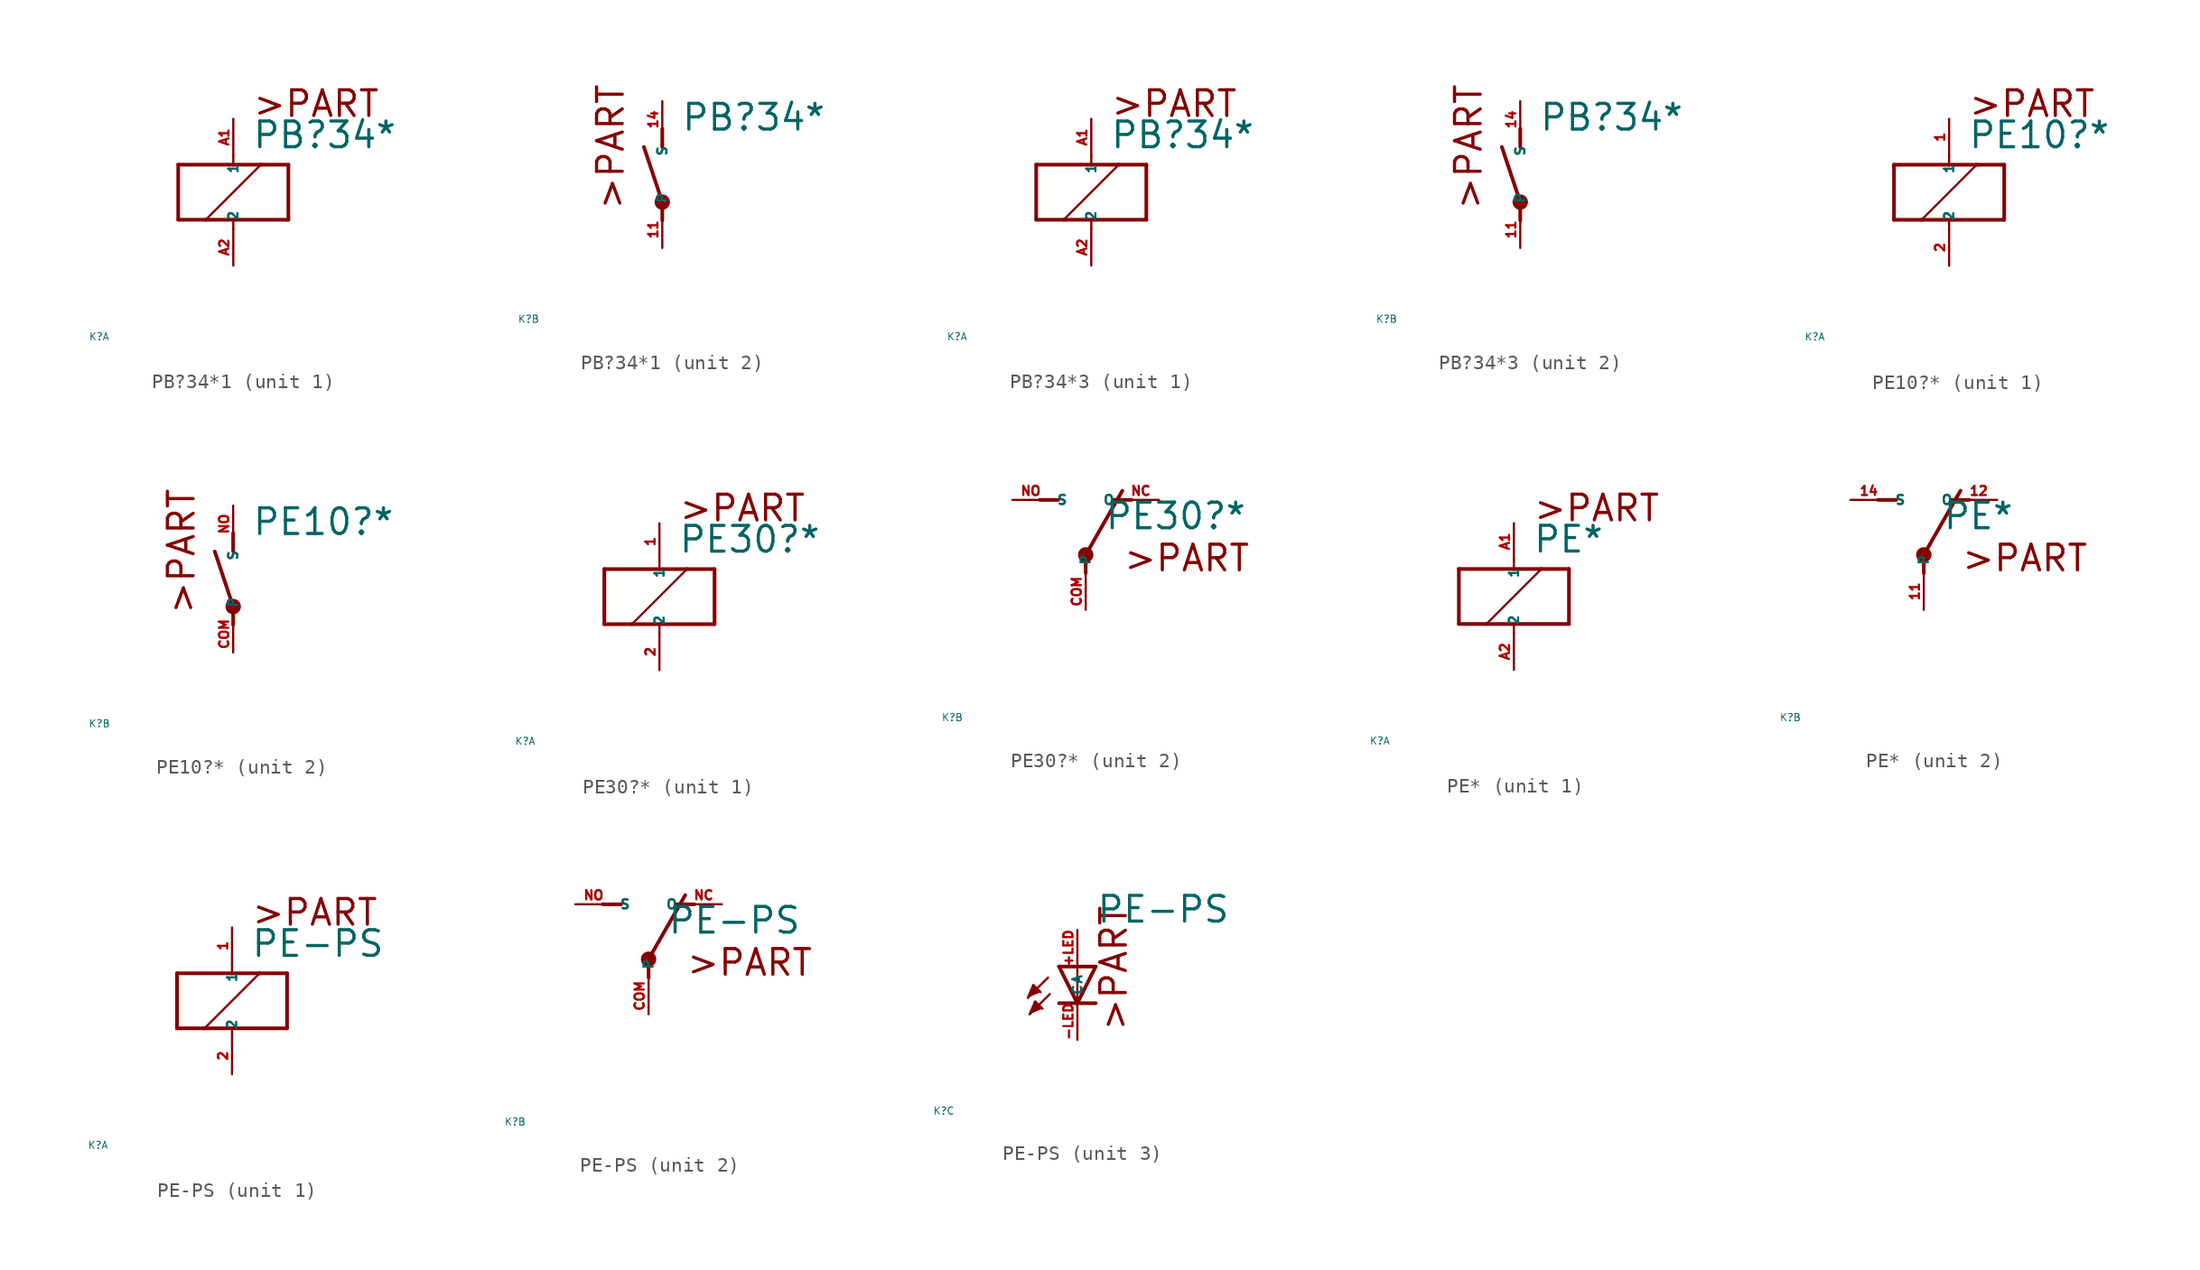
<source format=kicad_sym>
(kicad_symbol_lib
  (version 20220914)
  (generator Eagle2Kicad)
  (symbol "PB?34*1"
    (property "Reference" "K"
      (at -10 -10 0)
      (effects (font (size 0.5 0.5) (thickness 0.06)) (justify left)))
    (property "Value" "PB?34*"
      (at 1.27 2.921 0)
      (effects (font (size 1.778 1.778) (thickness 0.22)) (justify left bottom)))
    (symbol "PB?34*1_1_0"
      (polyline (pts (xy -3.81 -1.905) (xy -1.905 -1.905)) (stroke (width 0.254) (type default)) (fill (type none)))
      (polyline (pts (xy 3.81 -1.905) (xy 3.81 1.905)) (stroke (width 0.254) (type default)) (fill (type none)))
      (polyline (pts (xy 3.81 1.905) (xy 1.905 1.905)) (stroke (width 0.254) (type default)) (fill (type none)))
      (polyline (pts (xy -3.81 1.905) (xy -3.81 -1.905)) (stroke (width 0.254) (type default)) (fill (type none)))
      (polyline (pts (xy 0 -2.54) (xy 0 -1.905)) (stroke (width 0.152) (type default)) (fill (type none)))
      (polyline (pts (xy 0 -1.905) (xy 3.81 -1.905)) (stroke (width 0.254) (type default)) (fill (type none)))
      (polyline (pts (xy 0 2.54) (xy 0 1.905)) (stroke (width 0.152) (type default)) (fill (type none)))
      (polyline (pts (xy 0 1.905) (xy -3.81 1.905)) (stroke (width 0.254) (type default)) (fill (type none)))
      (polyline (pts (xy -1.905 -1.905) (xy 1.905 1.905)) (stroke (width 0.152) (type default)) (fill (type none)))
      (polyline (pts (xy -1.905 -1.905) (xy 0 -1.905)) (stroke (width 0.254) (type default)) (fill (type none)))
      (polyline (pts (xy 1.905 1.905) (xy 0 1.905)) (stroke (width 0.254) (type default)) (fill (type none)))
      (text ">PART" (at 1.27 5.08 0) (effects (font (size 1.778 1.778) (thickness 0.22)) (justify left bottom)))
      (pin passive line (at 0 -5.08 90) (length 2.54) (name "2" (effects (font (size 0.635 0.635) (thickness 0.08)) (justify left bottom))) (number "A2" (effects (font (size 0.635 0.635) (thickness 0.08)) (justify left bottom))))
      (pin passive line (at 0 5.08 270) (length 2.54) (name "1" (effects (font (size 0.635 0.635) (thickness 0.08)) (justify left bottom))) (number "A1" (effects (font (size 0.635 0.635) (thickness 0.08)) (justify left bottom)))))
    (symbol "PB?34*1_2_0"
      (polyline (pts (xy 0 3.175) (xy 0 1.905)) (stroke (width 0.254) (type default)) (fill (type none)))
      (polyline (pts (xy 0 -3.175) (xy 0 -1.905)) (stroke (width 0.254) (type default)) (fill (type none)))
      (polyline (pts (xy 0 -1.905) (xy -1.27 1.905)) (stroke (width 0.254) (type default)) (fill (type none)))
      (text ">PART" (at -2.54 -2.54 900) (effects (font (size 1.778 1.778) (thickness 0.22)) (justify left bottom)))
      (circle (center 0 -1.905) (radius 0.127) (stroke (width 0.406) (type default)) (fill (type none)))
      (pin passive line (at 0 -5.08 90) (length 2.54) (name "P" (effects (font (size 0.635 0.635) (thickness 0.08)) (justify left bottom))) (number "11" (effects (font (size 0.635 0.635) (thickness 0.08)) (justify left bottom))))
      (pin passive line (at 0 5.08 270) (length 2.54) (name "S" (effects (font (size 0.635 0.635) (thickness 0.08)) (justify left bottom))) (number "14" (effects (font (size 0.635 0.635) (thickness 0.08)) (justify left bottom))))))
  (symbol "PB?34*3"
    (property "Reference" "K"
      (at -10 -10 0)
      (effects (font (size 0.5 0.5) (thickness 0.06)) (justify left)))
    (property "Value" "PB?34*"
      (at 1.27 2.921 0)
      (effects (font (size 1.778 1.778) (thickness 0.22)) (justify left bottom)))
    (symbol "PB?34*3_1_0"
      (polyline (pts (xy -3.81 -1.905) (xy -1.905 -1.905)) (stroke (width 0.254) (type default)) (fill (type none)))
      (polyline (pts (xy 3.81 -1.905) (xy 3.81 1.905)) (stroke (width 0.254) (type default)) (fill (type none)))
      (polyline (pts (xy 3.81 1.905) (xy 1.905 1.905)) (stroke (width 0.254) (type default)) (fill (type none)))
      (polyline (pts (xy -3.81 1.905) (xy -3.81 -1.905)) (stroke (width 0.254) (type default)) (fill (type none)))
      (polyline (pts (xy 0 -2.54) (xy 0 -1.905)) (stroke (width 0.152) (type default)) (fill (type none)))
      (polyline (pts (xy 0 -1.905) (xy 3.81 -1.905)) (stroke (width 0.254) (type default)) (fill (type none)))
      (polyline (pts (xy 0 2.54) (xy 0 1.905)) (stroke (width 0.152) (type default)) (fill (type none)))
      (polyline (pts (xy 0 1.905) (xy -3.81 1.905)) (stroke (width 0.254) (type default)) (fill (type none)))
      (polyline (pts (xy -1.905 -1.905) (xy 1.905 1.905)) (stroke (width 0.152) (type default)) (fill (type none)))
      (polyline (pts (xy -1.905 -1.905) (xy 0 -1.905)) (stroke (width 0.254) (type default)) (fill (type none)))
      (polyline (pts (xy 1.905 1.905) (xy 0 1.905)) (stroke (width 0.254) (type default)) (fill (type none)))
      (text ">PART" (at 1.27 5.08 0) (effects (font (size 1.778 1.778) (thickness 0.22)) (justify left bottom)))
      (pin passive line (at 0 -5.08 90) (length 2.54) (name "2" (effects (font (size 0.635 0.635) (thickness 0.08)) (justify left bottom))) (number "A2" (effects (font (size 0.635 0.635) (thickness 0.08)) (justify left bottom))))
      (pin passive line (at 0 5.08 270) (length 2.54) (name "1" (effects (font (size 0.635 0.635) (thickness 0.08)) (justify left bottom))) (number "A1" (effects (font (size 0.635 0.635) (thickness 0.08)) (justify left bottom)))))
    (symbol "PB?34*3_2_0"
      (polyline (pts (xy 0 3.175) (xy 0 1.905)) (stroke (width 0.254) (type default)) (fill (type none)))
      (polyline (pts (xy 0 -3.175) (xy 0 -1.905)) (stroke (width 0.254) (type default)) (fill (type none)))
      (polyline (pts (xy 0 -1.905) (xy -1.27 1.905)) (stroke (width 0.254) (type default)) (fill (type none)))
      (text ">PART" (at -2.54 -2.54 900) (effects (font (size 1.778 1.778) (thickness 0.22)) (justify left bottom)))
      (circle (center 0 -1.905) (radius 0.127) (stroke (width 0.406) (type default)) (fill (type none)))
      (pin passive line (at 0 -5.08 90) (length 2.54) (name "P" (effects (font (size 0.635 0.635) (thickness 0.08)) (justify left bottom))) (number "11" (effects (font (size 0.635 0.635) (thickness 0.08)) (justify left bottom))))
      (pin passive line (at 0 5.08 270) (length 2.54) (name "S" (effects (font (size 0.635 0.635) (thickness 0.08)) (justify left bottom))) (number "14" (effects (font (size 0.635 0.635) (thickness 0.08)) (justify left bottom))))))
  (symbol "PE10?*"
    (property "Reference" "K"
      (at -10 -10 0)
      (effects (font (size 0.5 0.5) (thickness 0.06)) (justify left)))
    (property "Value" "PE10?*"
      (at 1.27 2.921 0)
      (effects (font (size 1.778 1.778) (thickness 0.22)) (justify left bottom)))
    (symbol "PE10?*_1_0"
      (polyline (pts (xy -3.81 -1.905) (xy -1.905 -1.905)) (stroke (width 0.254) (type default)) (fill (type none)))
      (polyline (pts (xy 3.81 -1.905) (xy 3.81 1.905)) (stroke (width 0.254) (type default)) (fill (type none)))
      (polyline (pts (xy 3.81 1.905) (xy 1.905 1.905)) (stroke (width 0.254) (type default)) (fill (type none)))
      (polyline (pts (xy -3.81 1.905) (xy -3.81 -1.905)) (stroke (width 0.254) (type default)) (fill (type none)))
      (polyline (pts (xy 0 -2.54) (xy 0 -1.905)) (stroke (width 0.152) (type default)) (fill (type none)))
      (polyline (pts (xy 0 -1.905) (xy 3.81 -1.905)) (stroke (width 0.254) (type default)) (fill (type none)))
      (polyline (pts (xy 0 2.54) (xy 0 1.905)) (stroke (width 0.152) (type default)) (fill (type none)))
      (polyline (pts (xy 0 1.905) (xy -3.81 1.905)) (stroke (width 0.254) (type default)) (fill (type none)))
      (polyline (pts (xy -1.905 -1.905) (xy 1.905 1.905)) (stroke (width 0.152) (type default)) (fill (type none)))
      (polyline (pts (xy -1.905 -1.905) (xy 0 -1.905)) (stroke (width 0.254) (type default)) (fill (type none)))
      (polyline (pts (xy 1.905 1.905) (xy 0 1.905)) (stroke (width 0.254) (type default)) (fill (type none)))
      (text ">PART" (at 1.27 5.08 0) (effects (font (size 1.778 1.778) (thickness 0.22)) (justify left bottom)))
      (pin passive line (at 0 -5.08 90) (length 2.54) (name "2" (effects (font (size 0.635 0.635) (thickness 0.08)) (justify left bottom))) (number "2" (effects (font (size 0.635 0.635) (thickness 0.08)) (justify left bottom))))
      (pin passive line (at 0 5.08 270) (length 2.54) (name "1" (effects (font (size 0.635 0.635) (thickness 0.08)) (justify left bottom))) (number "1" (effects (font (size 0.635 0.635) (thickness 0.08)) (justify left bottom)))))
    (symbol "PE10?*_2_0"
      (polyline (pts (xy 0 3.175) (xy 0 1.905)) (stroke (width 0.254) (type default)) (fill (type none)))
      (polyline (pts (xy 0 -3.175) (xy 0 -1.905)) (stroke (width 0.254) (type default)) (fill (type none)))
      (polyline (pts (xy 0 -1.905) (xy -1.27 1.905)) (stroke (width 0.254) (type default)) (fill (type none)))
      (text ">PART" (at -2.54 -2.54 900) (effects (font (size 1.778 1.778) (thickness 0.22)) (justify left bottom)))
      (circle (center 0 -1.905) (radius 0.127) (stroke (width 0.406) (type default)) (fill (type none)))
      (pin passive line (at 0 -5.08 90) (length 2.54) (name "P" (effects (font (size 0.635 0.635) (thickness 0.08)) (justify left bottom))) (number "COM" (effects (font (size 0.635 0.635) (thickness 0.08)) (justify left bottom))))
      (pin passive line (at 0 5.08 270) (length 2.54) (name "S" (effects (font (size 0.635 0.635) (thickness 0.08)) (justify left bottom))) (number "NO" (effects (font (size 0.635 0.635) (thickness 0.08)) (justify left bottom))))))
  (symbol "PE30?*"
    (property "Reference" "K"
      (at -10 -10 0)
      (effects (font (size 0.5 0.5) (thickness 0.06)) (justify left)))
    (property "Value" "PE30?*"
      (at 1.27 2.921 0)
      (effects (font (size 1.778 1.778) (thickness 0.22)) (justify left bottom)))
    (symbol "PE30?*_1_0"
      (polyline (pts (xy -3.81 -1.905) (xy -1.905 -1.905)) (stroke (width 0.254) (type default)) (fill (type none)))
      (polyline (pts (xy 3.81 -1.905) (xy 3.81 1.905)) (stroke (width 0.254) (type default)) (fill (type none)))
      (polyline (pts (xy 3.81 1.905) (xy 1.905 1.905)) (stroke (width 0.254) (type default)) (fill (type none)))
      (polyline (pts (xy -3.81 1.905) (xy -3.81 -1.905)) (stroke (width 0.254) (type default)) (fill (type none)))
      (polyline (pts (xy 0 -2.54) (xy 0 -1.905)) (stroke (width 0.152) (type default)) (fill (type none)))
      (polyline (pts (xy 0 -1.905) (xy 3.81 -1.905)) (stroke (width 0.254) (type default)) (fill (type none)))
      (polyline (pts (xy 0 2.54) (xy 0 1.905)) (stroke (width 0.152) (type default)) (fill (type none)))
      (polyline (pts (xy 0 1.905) (xy -3.81 1.905)) (stroke (width 0.254) (type default)) (fill (type none)))
      (polyline (pts (xy -1.905 -1.905) (xy 1.905 1.905)) (stroke (width 0.152) (type default)) (fill (type none)))
      (polyline (pts (xy -1.905 -1.905) (xy 0 -1.905)) (stroke (width 0.254) (type default)) (fill (type none)))
      (polyline (pts (xy 1.905 1.905) (xy 0 1.905)) (stroke (width 0.254) (type default)) (fill (type none)))
      (text ">PART" (at 1.27 5.08 0) (effects (font (size 1.778 1.778) (thickness 0.22)) (justify left bottom)))
      (pin passive line (at 0 -5.08 90) (length 2.54) (name "2" (effects (font (size 0.635 0.635) (thickness 0.08)) (justify left bottom))) (number "2" (effects (font (size 0.635 0.635) (thickness 0.08)) (justify left bottom))))
      (pin passive line (at 0 5.08 270) (length 2.54) (name "1" (effects (font (size 0.635 0.635) (thickness 0.08)) (justify left bottom))) (number "1" (effects (font (size 0.635 0.635) (thickness 0.08)) (justify left bottom)))))
    (symbol "PE30?*_2_0"
      (polyline (pts (xy 3.175 5.08) (xy 1.905 5.08)) (stroke (width 0.254) (type default)) (fill (type none)))
      (polyline (pts (xy -3.175 5.08) (xy -1.905 5.08)) (stroke (width 0.254) (type default)) (fill (type none)))
      (polyline (pts (xy 0 1.27) (xy 2.54 5.715)) (stroke (width 0.254) (type default)) (fill (type none)))
      (polyline (pts (xy 0 1.27) (xy 0 0)) (stroke (width 0.254) (type default)) (fill (type none)))
      (text ">PART" (at 2.54 0 0) (effects (font (size 1.778 1.778) (thickness 0.22)) (justify left bottom)))
      (circle (center 0 1.27) (radius 0.127) (stroke (width 0.406) (type default)) (fill (type none)))
      (pin passive line (at 5.08 5.08 180) (length 2.54) (name "O" (effects (font (size 0.635 0.635) (thickness 0.08)) (justify left bottom))) (number "NC" (effects (font (size 0.635 0.635) (thickness 0.08)) (justify left bottom))))
      (pin passive line (at -5.08 5.08 0) (length 2.54) (name "S" (effects (font (size 0.635 0.635) (thickness 0.08)) (justify left bottom))) (number "NO" (effects (font (size 0.635 0.635) (thickness 0.08)) (justify left bottom))))
      (pin passive line (at 0 -2.54 90) (length 2.54) (name "P" (effects (font (size 0.635 0.635) (thickness 0.08)) (justify left bottom))) (number "COM" (effects (font (size 0.635 0.635) (thickness 0.08)) (justify left bottom))))))
  (symbol "PE*"
    (property "Reference" "K"
      (at -10 -10 0)
      (effects (font (size 0.5 0.5) (thickness 0.06)) (justify left)))
    (property "Value" "PE*"
      (at 1.27 2.921 0)
      (effects (font (size 1.778 1.778) (thickness 0.22)) (justify left bottom)))
    (symbol "PE*_1_0"
      (polyline (pts (xy -3.81 -1.905) (xy -1.905 -1.905)) (stroke (width 0.254) (type default)) (fill (type none)))
      (polyline (pts (xy 3.81 -1.905) (xy 3.81 1.905)) (stroke (width 0.254) (type default)) (fill (type none)))
      (polyline (pts (xy 3.81 1.905) (xy 1.905 1.905)) (stroke (width 0.254) (type default)) (fill (type none)))
      (polyline (pts (xy -3.81 1.905) (xy -3.81 -1.905)) (stroke (width 0.254) (type default)) (fill (type none)))
      (polyline (pts (xy 0 -2.54) (xy 0 -1.905)) (stroke (width 0.152) (type default)) (fill (type none)))
      (polyline (pts (xy 0 -1.905) (xy 3.81 -1.905)) (stroke (width 0.254) (type default)) (fill (type none)))
      (polyline (pts (xy 0 2.54) (xy 0 1.905)) (stroke (width 0.152) (type default)) (fill (type none)))
      (polyline (pts (xy 0 1.905) (xy -3.81 1.905)) (stroke (width 0.254) (type default)) (fill (type none)))
      (polyline (pts (xy -1.905 -1.905) (xy 1.905 1.905)) (stroke (width 0.152) (type default)) (fill (type none)))
      (polyline (pts (xy -1.905 -1.905) (xy 0 -1.905)) (stroke (width 0.254) (type default)) (fill (type none)))
      (polyline (pts (xy 1.905 1.905) (xy 0 1.905)) (stroke (width 0.254) (type default)) (fill (type none)))
      (text ">PART" (at 1.27 5.08 0) (effects (font (size 1.778 1.778) (thickness 0.22)) (justify left bottom)))
      (pin passive line (at 0 -5.08 90) (length 2.54) (name "2" (effects (font (size 0.635 0.635) (thickness 0.08)) (justify left bottom))) (number "A2" (effects (font (size 0.635 0.635) (thickness 0.08)) (justify left bottom))))
      (pin passive line (at 0 5.08 270) (length 2.54) (name "1" (effects (font (size 0.635 0.635) (thickness 0.08)) (justify left bottom))) (number "A1" (effects (font (size 0.635 0.635) (thickness 0.08)) (justify left bottom)))))
    (symbol "PE*_2_0"
      (polyline (pts (xy 3.175 5.08) (xy 1.905 5.08)) (stroke (width 0.254) (type default)) (fill (type none)))
      (polyline (pts (xy -3.175 5.08) (xy -1.905 5.08)) (stroke (width 0.254) (type default)) (fill (type none)))
      (polyline (pts (xy 0 1.27) (xy 2.54 5.715)) (stroke (width 0.254) (type default)) (fill (type none)))
      (polyline (pts (xy 0 1.27) (xy 0 0)) (stroke (width 0.254) (type default)) (fill (type none)))
      (text ">PART" (at 2.54 0 0) (effects (font (size 1.778 1.778) (thickness 0.22)) (justify left bottom)))
      (circle (center 0 1.27) (radius 0.127) (stroke (width 0.406) (type default)) (fill (type none)))
      (pin passive line (at 5.08 5.08 180) (length 2.54) (name "O" (effects (font (size 0.635 0.635) (thickness 0.08)) (justify left bottom))) (number "12" (effects (font (size 0.635 0.635) (thickness 0.08)) (justify left bottom))))
      (pin passive line (at -5.08 5.08 0) (length 2.54) (name "S" (effects (font (size 0.635 0.635) (thickness 0.08)) (justify left bottom))) (number "14" (effects (font (size 0.635 0.635) (thickness 0.08)) (justify left bottom))))
      (pin passive line (at 0 -2.54 90) (length 2.54) (name "P" (effects (font (size 0.635 0.635) (thickness 0.08)) (justify left bottom))) (number "11" (effects (font (size 0.635 0.635) (thickness 0.08)) (justify left bottom))))))
  (symbol "PE-PS"
    (property "Reference" "K"
      (at -10 -10 0)
      (effects (font (size 0.5 0.5) (thickness 0.06)) (justify left)))
    (property "Value" "PE-PS"
      (at 1.27 2.921 0)
      (effects (font (size 1.778 1.778) (thickness 0.22)) (justify left bottom)))
    (symbol "PE-PS_1_0"
      (polyline (pts (xy -3.81 -1.905) (xy -1.905 -1.905)) (stroke (width 0.254) (type default)) (fill (type none)))
      (polyline (pts (xy 3.81 -1.905) (xy 3.81 1.905)) (stroke (width 0.254) (type default)) (fill (type none)))
      (polyline (pts (xy 3.81 1.905) (xy 1.905 1.905)) (stroke (width 0.254) (type default)) (fill (type none)))
      (polyline (pts (xy -3.81 1.905) (xy -3.81 -1.905)) (stroke (width 0.254) (type default)) (fill (type none)))
      (polyline (pts (xy 0 -2.54) (xy 0 -1.905)) (stroke (width 0.152) (type default)) (fill (type none)))
      (polyline (pts (xy 0 -1.905) (xy 3.81 -1.905)) (stroke (width 0.254) (type default)) (fill (type none)))
      (polyline (pts (xy 0 2.54) (xy 0 1.905)) (stroke (width 0.152) (type default)) (fill (type none)))
      (polyline (pts (xy 0 1.905) (xy -3.81 1.905)) (stroke (width 0.254) (type default)) (fill (type none)))
      (polyline (pts (xy -1.905 -1.905) (xy 1.905 1.905)) (stroke (width 0.152) (type default)) (fill (type none)))
      (polyline (pts (xy -1.905 -1.905) (xy 0 -1.905)) (stroke (width 0.254) (type default)) (fill (type none)))
      (polyline (pts (xy 1.905 1.905) (xy 0 1.905)) (stroke (width 0.254) (type default)) (fill (type none)))
      (text ">PART" (at 1.27 5.08 0) (effects (font (size 1.778 1.778) (thickness 0.22)) (justify left bottom)))
      (pin passive line (at 0 -5.08 90) (length 2.54) (name "2" (effects (font (size 0.635 0.635) (thickness 0.08)) (justify left bottom))) (number "2" (effects (font (size 0.635 0.635) (thickness 0.08)) (justify left bottom))))
      (pin passive line (at 0 5.08 270) (length 2.54) (name "1" (effects (font (size 0.635 0.635) (thickness 0.08)) (justify left bottom))) (number "1" (effects (font (size 0.635 0.635) (thickness 0.08)) (justify left bottom)))))
    (symbol "PE-PS_2_0"
      (polyline (pts (xy 3.175 5.08) (xy 1.905 5.08)) (stroke (width 0.254) (type default)) (fill (type none)))
      (polyline (pts (xy -3.175 5.08) (xy -1.905 5.08)) (stroke (width 0.254) (type default)) (fill (type none)))
      (polyline (pts (xy 0 1.27) (xy 2.54 5.715)) (stroke (width 0.254) (type default)) (fill (type none)))
      (polyline (pts (xy 0 1.27) (xy 0 0)) (stroke (width 0.254) (type default)) (fill (type none)))
      (text ">PART" (at 2.54 0 0) (effects (font (size 1.778 1.778) (thickness 0.22)) (justify left bottom)))
      (circle (center 0 1.27) (radius 0.127) (stroke (width 0.406) (type default)) (fill (type none)))
      (pin passive line (at 5.08 5.08 180) (length 2.54) (name "O" (effects (font (size 0.635 0.635) (thickness 0.08)) (justify left bottom))) (number "NC" (effects (font (size 0.635 0.635) (thickness 0.08)) (justify left bottom))))
      (pin passive line (at -5.08 5.08 0) (length 2.54) (name "S" (effects (font (size 0.635 0.635) (thickness 0.08)) (justify left bottom))) (number "NO" (effects (font (size 0.635 0.635) (thickness 0.08)) (justify left bottom))))
      (pin passive line (at 0 -2.54 90) (length 2.54) (name "P" (effects (font (size 0.635 0.635) (thickness 0.08)) (justify left bottom))) (number "COM" (effects (font (size 0.635 0.635) (thickness 0.08)) (justify left bottom)))))
    (symbol "PE-PS_3_0"
      (polyline (pts (xy -3.429 -2.159) (xy -3.048 -1.27) (xy -2.54 -1.778)) (stroke (width 0.152) (type default)) (fill (type outline)))
      (polyline (pts (xy -3.302 -3.302) (xy -2.921 -2.413) (xy -2.413 -2.921)) (stroke (width 0.152) (type default)) (fill (type outline)))
      (polyline (pts (xy 1.27 0) (xy 0 -2.54)) (stroke (width 0.254) (type default)) (fill (type none)))
      (polyline (pts (xy 0 -2.54) (xy -1.27 0)) (stroke (width 0.254) (type default)) (fill (type none)))
      (polyline (pts (xy 1.27 -2.54) (xy 0 -2.54)) (stroke (width 0.254) (type default)) (fill (type none)))
      (polyline (pts (xy 0 -2.54) (xy -1.27 -2.54)) (stroke (width 0.254) (type default)) (fill (type none)))
      (polyline (pts (xy 1.27 0) (xy 0 0)) (stroke (width 0.254) (type default)) (fill (type none)))
      (polyline (pts (xy 0 0) (xy -1.27 0)) (stroke (width 0.254) (type default)) (fill (type none)))
      (polyline (pts (xy 0 0) (xy 0 -2.54)) (stroke (width 0.152) (type default)) (fill (type none)))
      (polyline (pts (xy -2.032 -0.762) (xy -3.429 -2.159)) (stroke (width 0.152) (type default)) (fill (type none)))
      (polyline (pts (xy -1.905 -1.905) (xy -3.302 -3.302)) (stroke (width 0.152) (type default)) (fill (type none)))
      (text ">PART" (at 3.556 -4.572 900) (effects (font (size 1.778 1.778) (thickness 0.22)) (justify left bottom)))
      (pin passive line (at 0 -5.08 90) (length 2.54) (name "C" (effects (font (size 0.635 0.635) (thickness 0.08)) (justify left bottom))) (number "-LED" (effects (font (size 0.635 0.635) (thickness 0.08)) (justify left bottom))))
      (pin passive line (at 0 2.54 270) (length 2.54) (name "A" (effects (font (size 0.635 0.635) (thickness 0.08)) (justify left bottom))) (number "+LED" (effects (font (size 0.635 0.635) (thickness 0.08)) (justify left bottom)))))))
</source>
